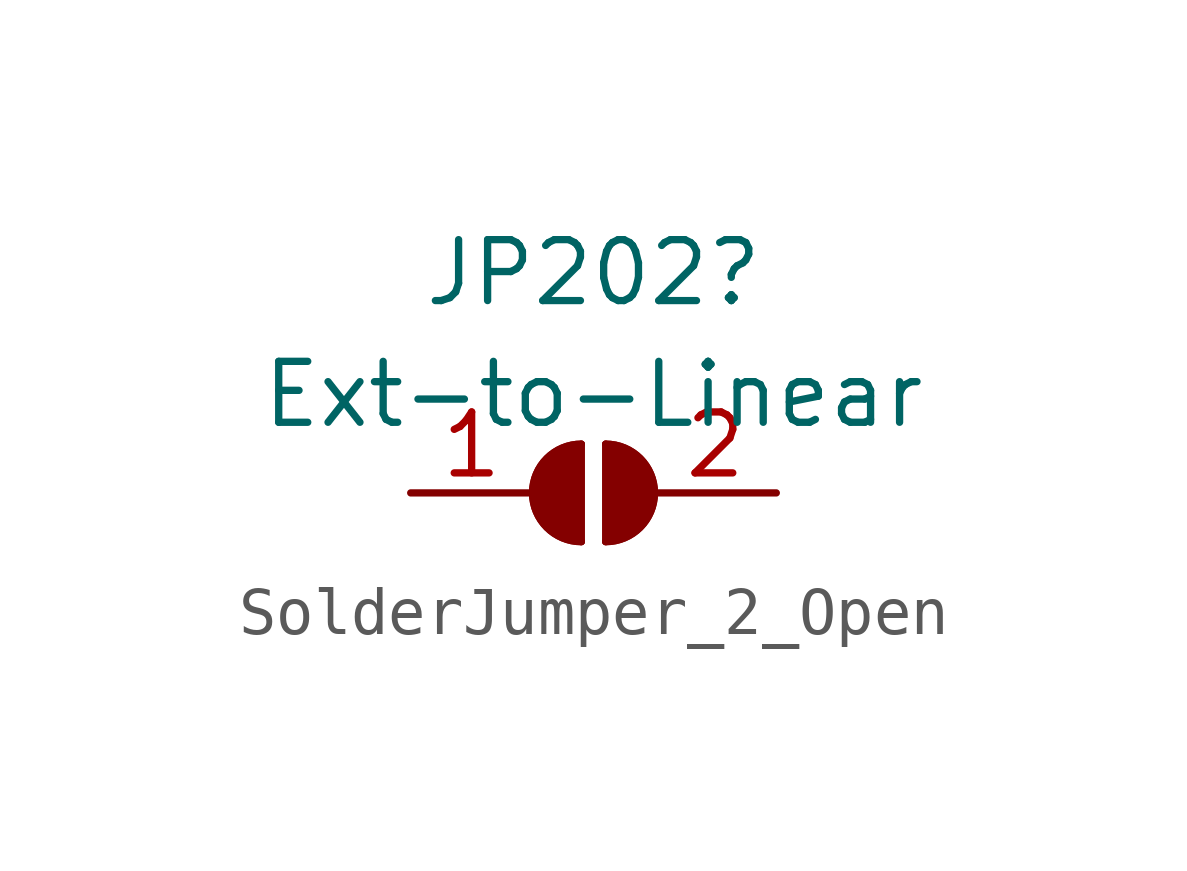
<source format=kicad_sym>
(kicad_symbol_lib
  (version 20241209)
  (generator "kicad_symbol_editor")
  (generator_version "9.0")
  (symbol "SolderJumper_2_Open"
    (pin_names
      (offset 0)
      (hide yes))
    (property "Reference" "JP202"
      (at 0 4.589 0)
      (effects (font (size 1.27 1.27))))
    (property "Value" "Ext-to-Linear"
      (at 0 2.052 0)
      (effects (font (size 1.27 1.27))))
    (symbol "SolderJumper_2_Open_0_1"
      (polyline (pts (xy -0.254 1.016) (xy -0.254 -1.016)) (stroke (width 0) (type default)) (fill (type none)))
      (arc (start -0.254 -1.016) (mid -1.2655 0) (end -0.254 1.016) (stroke (width 0) (type default)) (fill (type none)))
      (arc (start -0.254 -1.016) (mid -1.2655 0) (end -0.254 1.016) (stroke (width 0) (type default)) (fill (type outline)))
      (arc (start 0.254 1.016) (mid 1.2655 0) (end 0.254 -1.016) (stroke (width 0) (type default)) (fill (type none)))
      (arc (start 0.254 1.016) (mid 1.2655 0) (end 0.254 -1.016) (stroke (width 0) (type default)) (fill (type outline)))
      (polyline (pts (xy 0.254 1.016) (xy 0.254 -1.016)) (stroke (width 0) (type default)) (fill (type none))))
    (symbol "SolderJumper_2_Open_1_1"
      (pin passive line (at -3.81 0 0) (length 2.54) (name "A" (effects (font (size 1.27 1.27)))) (number "1" (effects (font (size 1.27 1.27)))))
      (pin passive line (at 3.81 0 180) (length 2.54) (name "B" (effects (font (size 1.27 1.27)))) (number "2" (effects (font (size 1.27 1.27))))))))
</source>
